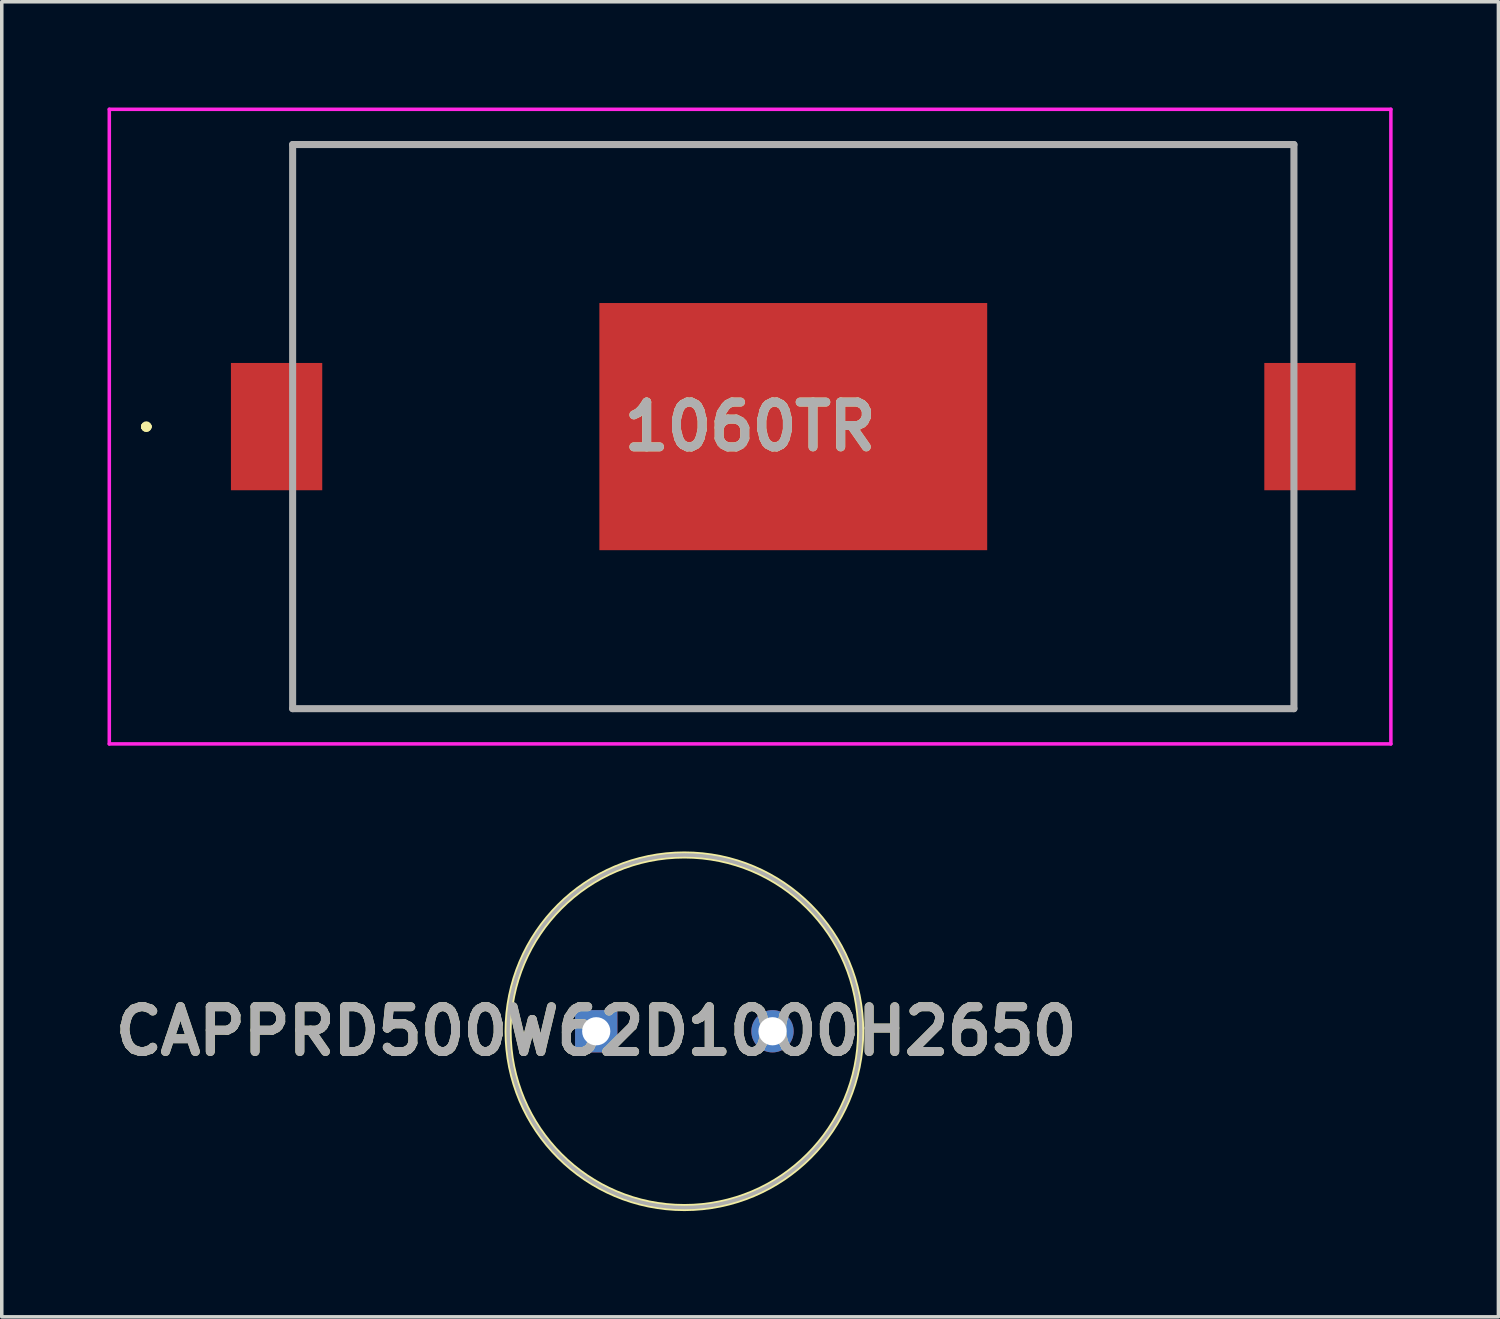
<source format=kicad_pcb>
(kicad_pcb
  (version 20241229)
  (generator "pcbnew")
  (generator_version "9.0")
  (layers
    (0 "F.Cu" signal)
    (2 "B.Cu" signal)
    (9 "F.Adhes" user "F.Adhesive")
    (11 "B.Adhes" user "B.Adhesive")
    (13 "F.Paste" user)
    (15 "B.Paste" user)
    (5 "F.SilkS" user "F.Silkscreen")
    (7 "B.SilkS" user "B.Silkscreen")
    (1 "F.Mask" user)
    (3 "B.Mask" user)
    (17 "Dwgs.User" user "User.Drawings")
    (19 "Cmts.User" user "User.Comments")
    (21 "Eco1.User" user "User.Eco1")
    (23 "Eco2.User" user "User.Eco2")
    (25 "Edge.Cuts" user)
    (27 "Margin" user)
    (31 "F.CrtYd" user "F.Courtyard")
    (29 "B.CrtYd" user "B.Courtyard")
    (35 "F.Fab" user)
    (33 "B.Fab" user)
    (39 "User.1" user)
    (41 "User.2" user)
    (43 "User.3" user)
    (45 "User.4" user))
  (footprint "CAPPRD500W62D1000H2650"
    (layer "F.Cu")
    (at 13.861 26.2)
    (property "Reference" "CAPPRD500W62D1000H2650" (at 0 0 0) (layer "F.SilkS") (effects (font (size 1.27 1.27) (thickness 0.254))))
    (attr through_hole)
    (fp_circle (center 2.5 0) (end 2.5 5) (stroke (width 0.2) (type solid)) (fill no) (layer "F.SilkS"))
    (fp_circle (center 2.5 0) (end 2.5 5) (stroke (width 0.1) (type solid)) (fill no) (layer "F.Fab"))
    (fp_text user "${REFERENCE}" (at 0 0 0) (layer "F.Fab") (effects (font (size 1.27 1.27) (thickness 0.254))))
    (pad "1" thru_hole rect (at 0 0) (size 1.2 1.2) (drill 0.8) (layers "*.Cu" "*.Mask"))
    (pad "2" thru_hole circle (at 5 0) (size 1.2 1.2) (drill 0.8) (layers "*.Cu" "*.Mask")))
  (footprint "1060TR"
    (layer "F.Cu")
    (at 19.45 9.05)
    (property "Reference" "1060TR" (at -1.225 0 0) (layer "F.SilkS") (effects (font (size 1.27 1.27) (thickness 0.254))))
    (attr smd)
    (fp_line (start -18.4 0) (end -18.4 0) (stroke (width 0.2) (type solid)) (layer "F.SilkS"))
    (fp_line (start -18.4 0) (end -18.4 0) (stroke (width 0.2) (type solid)) (layer "F.SilkS"))
    (fp_line (start -18.3 0) (end -18.3 0) (stroke (width 0.2) (type solid)) (layer "F.SilkS"))
    (fp_line (start -14.2 -8) (end -14.2 -8) (stroke (width 0.1) (type solid)) (layer "F.SilkS"))
    (fp_line (start -14.2 -8) (end -14.2 -8) (stroke (width 0.1) (type solid)) (layer "F.SilkS"))
    (fp_line (start -14.2 -8) (end -14.2 -2.5) (stroke (width 0.1) (type solid)) (layer "F.SilkS"))
    (fp_line (start -14.2 -8) (end 14.2 -8) (stroke (width 0.1) (type solid)) (layer "F.SilkS"))
    (fp_line (start -14.2 -2.5) (end -14.2 -8) (stroke (width 0.1) (type solid)) (layer "F.SilkS"))
    (fp_line (start -14.2 -2.5) (end -14.2 -2.5) (stroke (width 0.1) (type solid)) (layer "F.SilkS"))
    (fp_line (start -14.2 2.5) (end -14.2 2.5) (stroke (width 0.1) (type solid)) (layer "F.SilkS"))
    (fp_line (start -14.2 2.5) (end -14.2 8) (stroke (width 0.1) (type solid)) (layer "F.SilkS"))
    (fp_line (start -14.2 8) (end -14.2 2.5) (stroke (width 0.1) (type solid)) (layer "F.SilkS"))
    (fp_line (start -14.2 8) (end -14.2 8) (stroke (width 0.1) (type solid)) (layer "F.SilkS"))
    (fp_line (start -14.2 8) (end -14.2 8) (stroke (width 0.1) (type solid)) (layer "F.SilkS"))
    (fp_line (start -14.2 8) (end 14.2 8) (stroke (width 0.1) (type solid)) (layer "F.SilkS"))
    (fp_line (start 14.2 -8) (end -14.2 -8) (stroke (width 0.1) (type solid)) (layer "F.SilkS"))
    (fp_line (start 14.2 -8) (end 14.2 -8) (stroke (width 0.1) (type solid)) (layer "F.SilkS"))
    (fp_line (start 14.2 -8) (end 14.2 -8) (stroke (width 0.1) (type solid)) (layer "F.SilkS"))
    (fp_line (start 14.2 -8) (end 14.2 -2.5) (stroke (width 0.1) (type solid)) (layer "F.SilkS"))
    (fp_line (start 14.2 -2.5) (end 14.2 -8) (stroke (width 0.1) (type solid)) (layer "F.SilkS"))
    (fp_line (start 14.2 -2.5) (end 14.2 -2.5) (stroke (width 0.1) (type solid)) (layer "F.SilkS"))
    (fp_line (start 14.2 2.5) (end 14.2 2.5) (stroke (width 0.1) (type solid)) (layer "F.SilkS"))
    (fp_line (start 14.2 2.5) (end 14.2 8) (stroke (width 0.1) (type solid)) (layer "F.SilkS"))
    (fp_line (start 14.2 8) (end -14.2 8) (stroke (width 0.1) (type solid)) (layer "F.SilkS"))
    (fp_line (start 14.2 8) (end 14.2 2.5) (stroke (width 0.1) (type solid)) (layer "F.SilkS"))
    (fp_line (start 14.2 8) (end 14.2 8) (stroke (width 0.1) (type solid)) (layer "F.SilkS"))
    (fp_line (start 14.2 8) (end 14.2 8) (stroke (width 0.1) (type solid)) (layer "F.SilkS"))
    (fp_arc (start -18.4 0) (mid -18.35 -0.05) (end -18.3 0) (stroke (width 0.2) (type solid)) (layer "F.SilkS"))
    (fp_arc (start -18.3 0) (mid -18.35 0.05) (end -18.4 0) (stroke (width 0.2) (type solid)) (layer "F.SilkS"))
    (fp_arc (start -18.3 0) (mid -18.35 0.05) (end -18.4 0) (stroke (width 0.2) (type solid)) (layer "F.SilkS"))
    (fp_line (start -19.4 -9) (end 16.95 -9) (stroke (width 0.1) (type solid)) (layer "F.CrtYd"))
    (fp_line (start -19.4 9) (end -19.4 -9) (stroke (width 0.1) (type solid)) (layer "F.CrtYd"))
    (fp_line (start 16.95 -9) (end 16.95 9) (stroke (width 0.1) (type solid)) (layer "F.CrtYd"))
    (fp_line (start 16.95 9) (end -19.4 9) (stroke (width 0.1) (type solid)) (layer "F.CrtYd"))
    (fp_line (start -14.2 -8) (end -14.2 8) (stroke (width 0.2) (type solid)) (layer "F.Fab"))
    (fp_line (start -14.2 8) (end 14.2 8) (stroke (width 0.2) (type solid)) (layer "F.Fab"))
    (fp_line (start 14.2 -8) (end -14.2 -8) (stroke (width 0.2) (type solid)) (layer "F.Fab"))
    (fp_line (start 14.2 8) (end 14.2 -8) (stroke (width 0.2) (type solid)) (layer "F.Fab"))
    (fp_text user "${REFERENCE}" (at -1.225 0 0) (layer "F.Fab") (effects (font (size 1.27 1.27) (thickness 0.254))))
    (pad "1" smd rect (at -14.655 0) (size 2.59 3.61) (layers "F.Cu" "F.Mask" "F.Paste"))
    (pad "2" smd rect (at 14.655 0) (size 2.59 3.61) (layers "F.Cu" "F.Mask" "F.Paste"))
    (pad "3" smd rect (at 0 0 90) (size 7.01 11) (layers "F.Cu" "F.Mask" "F.Paste")))
  (gr_rect
    (start -3 -3)
    (end 39.45 34.3)
    (stroke (width 0.1) (type default))
    (fill no)
    (layer "Edge.Cuts")))
</source>
